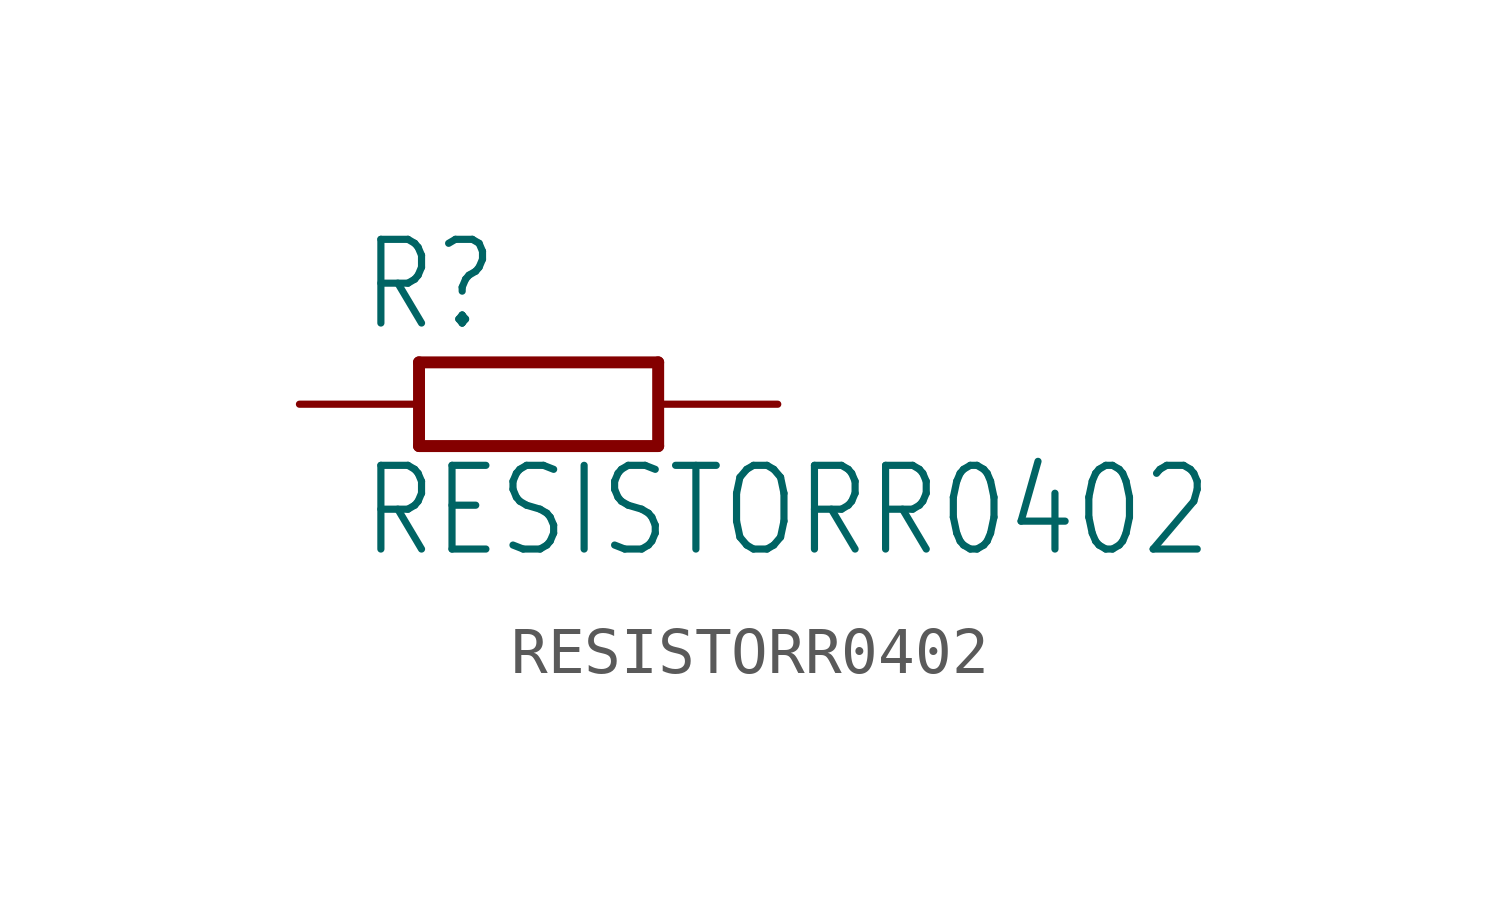
<source format=kicad_sym>
(kicad_symbol_lib
  (version 20211014)
  (generator kicad_symbol_editor)
  (symbol "RESISTORR0402"
    (property "Reference" "R"
      (at -3.81 1.499 0)
      (effects (font (size 1.778 1.511)) (justify left bottom)))
    (property "Value" "RESISTORR0402"
      (at -3.81 -3.302 0)
      (effects (font (size 1.778 1.511)) (justify left bottom)))
    (property "ki_locked" ""
      (at 0 0 0)
      (effects (font (size 1.27 1.27))))
    (symbol "RESISTORR0402_1_0"
      (polyline (pts (xy -2.54 -0.889) (xy -2.54 0.889)) (stroke (width 0.254) (type default) (color 0 0 0 0)) (fill (type none)))
      (polyline (pts (xy -2.54 -0.889) (xy 2.54 -0.889)) (stroke (width 0.254) (type default) (color 0 0 0 0)) (fill (type none)))
      (polyline (pts (xy 2.54 -0.889) (xy 2.54 0.889)) (stroke (width 0.254) (type default) (color 0 0 0 0)) (fill (type none)))
      (polyline (pts (xy 2.54 0.889) (xy -2.54 0.889)) (stroke (width 0.254) (type default) (color 0 0 0 0)) (fill (type none)))
      (pin passive line (at -5.08 0 0) (length 2.54) (name "1" (effects (font (size 0 0)))) (number "1" (effects (font (size 0 0)))))
      (pin passive line (at 5.08 0 180) (length 2.54) (name "2" (effects (font (size 0 0)))) (number "2" (effects (font (size 0 0))))))))
</source>
